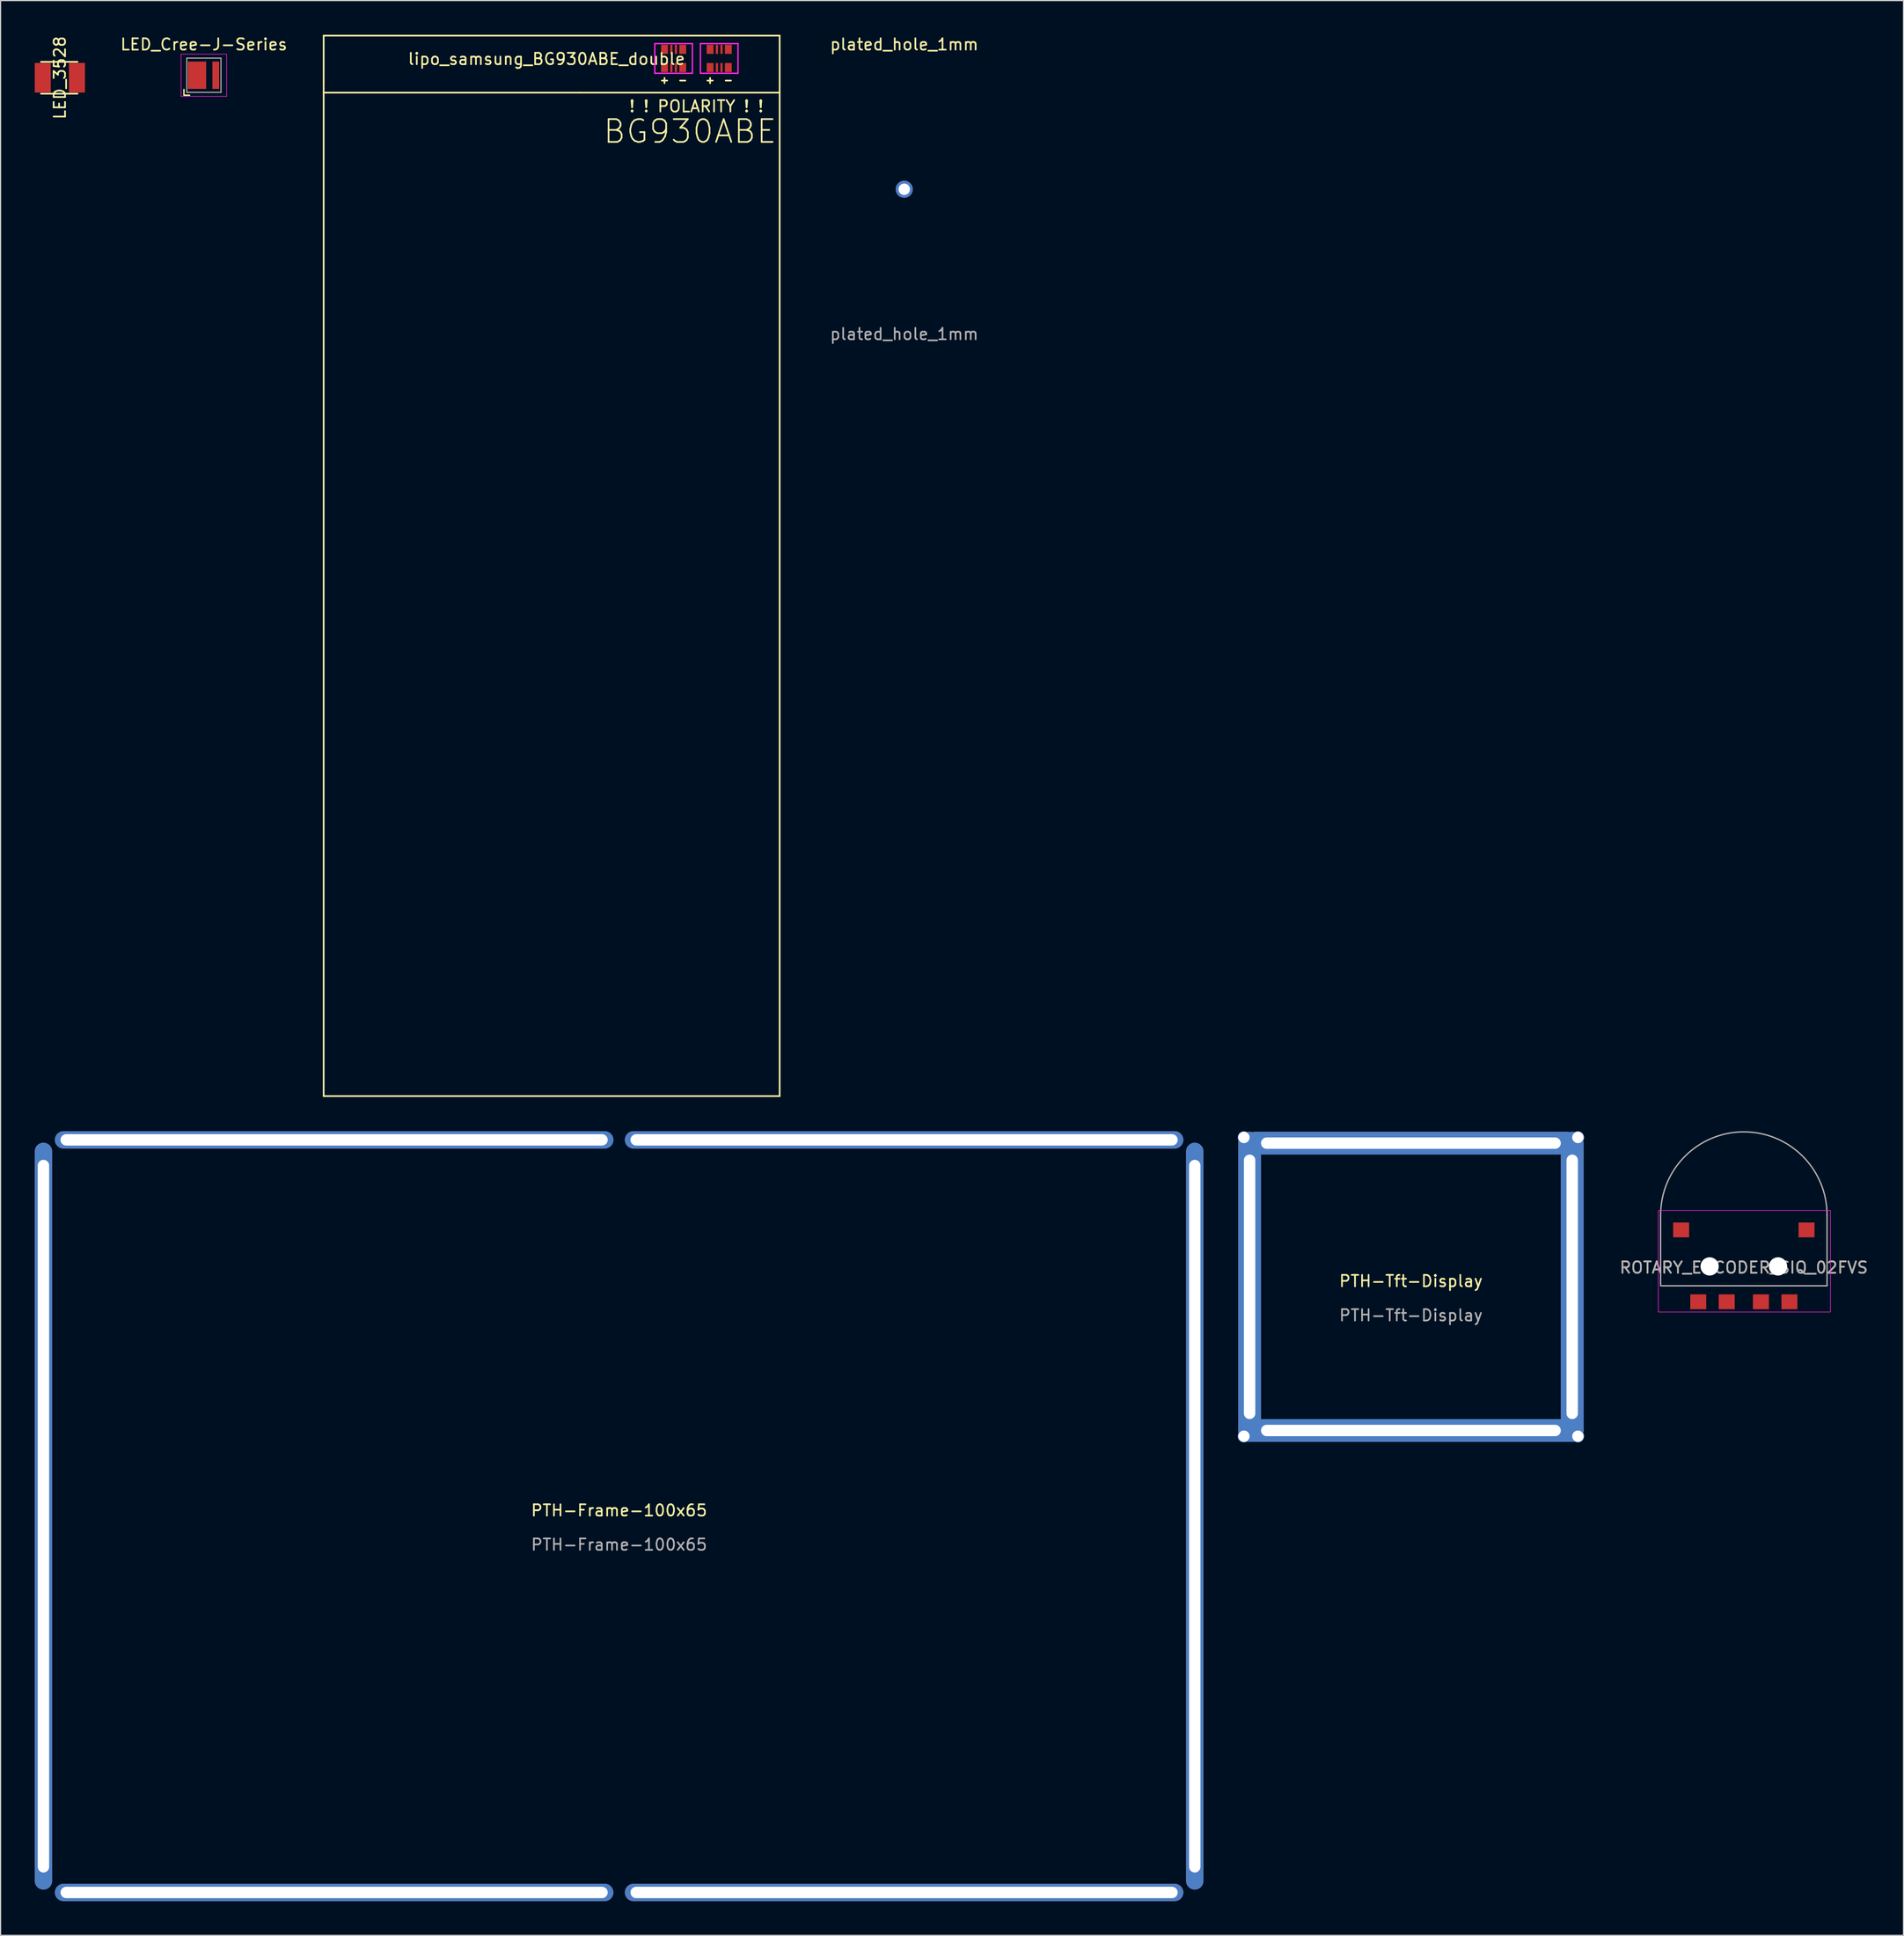
<source format=kicad_pcb>
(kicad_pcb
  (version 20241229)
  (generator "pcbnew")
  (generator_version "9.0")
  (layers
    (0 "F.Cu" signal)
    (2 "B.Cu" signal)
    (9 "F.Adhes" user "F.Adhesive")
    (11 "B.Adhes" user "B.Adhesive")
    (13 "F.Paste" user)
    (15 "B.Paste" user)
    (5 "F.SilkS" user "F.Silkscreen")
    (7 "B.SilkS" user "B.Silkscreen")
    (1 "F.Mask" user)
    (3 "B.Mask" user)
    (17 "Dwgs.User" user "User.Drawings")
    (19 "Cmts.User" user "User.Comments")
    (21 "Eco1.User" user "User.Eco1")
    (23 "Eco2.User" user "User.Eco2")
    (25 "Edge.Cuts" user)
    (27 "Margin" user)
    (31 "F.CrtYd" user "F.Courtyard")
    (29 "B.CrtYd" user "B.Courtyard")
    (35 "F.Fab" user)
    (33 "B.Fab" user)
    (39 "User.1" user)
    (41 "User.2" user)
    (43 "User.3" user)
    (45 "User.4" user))
  (footprint "lipo_samsung_BG930ABE_double"
    (layer "F.Cu")
    (at 52.844 2.075)
    (property "Reference" "lipo_samsung_BG930ABE_double" (at -7.95 0.05 0) (layer "F.SilkS") (effects (font (size 1 1) (thickness 0.15))))
    (fp_line (start -27.5 -2) (end -27.5 2) (stroke (width 0.15) (type solid)) (layer "F.SilkS"))
    (fp_line (start -27.5 2) (end -27.5 3) (stroke (width 0.15) (type solid)) (layer "F.SilkS"))
    (fp_line (start -27.5 91) (end -27.5 3) (stroke (width 0.15) (type solid)) (layer "F.SilkS"))
    (fp_line (start -5 3) (end -27.5 3) (stroke (width 0.15) (type solid)) (layer "F.SilkS"))
    (fp_line (start 12.5 -2) (end -27.5 -2) (stroke (width 0.15) (type solid)) (layer "F.SilkS"))
    (fp_line (start 12.5 -2) (end 12.5 91) (stroke (width 0.15) (type solid)) (layer "F.SilkS"))
    (fp_line (start 12.5 3) (end -5 3) (stroke (width 0.15) (type solid)) (layer "F.SilkS"))
    (fp_line (start 12.5 91) (end -27.5 91) (stroke (width 0.15) (type solid)) (layer "F.SilkS"))
    (fp_line (start 1.55 -1.3) (end 4.85 -1.3) (stroke (width 0.12) (type solid)) (layer "F.CrtYd"))
    (fp_line (start 1.55 1.3) (end 1.55 -1.3) (stroke (width 0.12) (type solid)) (layer "F.CrtYd"))
    (fp_line (start 4.85 -1.3) (end 4.85 1.3) (stroke (width 0.12) (type solid)) (layer "F.CrtYd"))
    (fp_line (start 4.85 1.3) (end 1.55 1.3) (stroke (width 0.12) (type solid)) (layer "F.CrtYd"))
    (fp_line (start 5.55 -1.3) (end 8.85 -1.3) (stroke (width 0.12) (type solid)) (layer "F.CrtYd"))
    (fp_line (start 5.55 1.3) (end 5.55 -1.3) (stroke (width 0.12) (type solid)) (layer "F.CrtYd"))
    (fp_line (start 8.85 -1.3) (end 8.85 1.3) (stroke (width 0.12) (type solid)) (layer "F.CrtYd"))
    (fp_line (start 8.85 1.3) (end 5.55 1.3) (stroke (width 0.12) (type solid)) (layer "F.CrtYd"))
    (fp_text user "+" (at 6.4 1.9 0) (layer "F.SilkS") (effects (font (size 0.6 0.6) (thickness 0.15))))
    (fp_text user "BG930ABE " (at 5.4 6.4 0) (layer "F.SilkS") (effects (font (size 2 2) (thickness 0.15))))
    (fp_text user "-" (at 4 1.9 0) (layer "F.SilkS") (effects (font (size 0.6 0.6) (thickness 0.15))))
    (fp_text user "-" (at 8 1.9 180) (layer "F.SilkS") (effects (font (size 0.6 0.6) (thickness 0.15))))
    (fp_text user "! ! POLARITY ! !" (at 5.2 4.2 0) (layer "F.SilkS") (effects (font (size 1 1) (thickness 0.15))))
    (fp_text user "+" (at 2.4 1.9 0) (layer "F.SilkS") (effects (font (size 0.6 0.6) (thickness 0.15))))
    (pad "1" smd rect (at 3 -0.8 180) (size 0.2 0.8) (layers "F.Cu" "F.Mask" "F.Paste"))
    (pad "1" smd rect (at 7 -0.8 180) (size 0.2 0.8) (layers "F.Cu" "F.Mask" "F.Paste"))
    (pad "2" smd rect (at 3.4 -0.8 180) (size 0.2 0.8) (layers "F.Cu" "F.Mask" "F.Paste"))
    (pad "2" smd rect (at 7.4 -0.8 180) (size 0.2 0.8) (layers "F.Cu" "F.Mask" "F.Paste"))
    (pad "3" smd rect (at 3.4 0.8 180) (size 0.2 0.8) (layers "F.Cu" "F.Mask" "F.Paste"))
    (pad "3" smd rect (at 7.4 0.8 180) (size 0.2 0.8) (layers "F.Cu" "F.Mask" "F.Paste"))
    (pad "4" smd rect (at 3 0.8 180) (size 0.2 0.8) (layers "F.Cu" "F.Mask" "F.Paste"))
    (pad "4" smd rect (at 7 0.8 180) (size 0.2 0.8) (layers "F.Cu" "F.Mask" "F.Paste"))
    (pad "5" smd rect (at 4 0.8 180) (size 0.6 0.8) (layers "F.Cu" "F.Mask" "F.Paste"))
    (pad "5" smd rect (at 8 0.8 180) (size 0.6 0.8) (layers "F.Cu" "F.Mask" "F.Paste"))
    (pad "6" smd rect (at 4 -0.8 180) (size 0.6 0.8) (layers "F.Cu" "F.Mask" "F.Paste"))
    (pad "6" smd rect (at 8 -0.8 180) (size 0.6 0.8) (layers "F.Cu" "F.Mask" "F.Paste"))
    (pad "7" smd rect (at 2.4 -0.8 180) (size 0.6 0.8) (layers "F.Cu" "F.Mask" "F.Paste"))
    (pad "7" smd rect (at 6.4 -0.8 180) (size 0.6 0.8) (layers "F.Cu" "F.Mask" "F.Paste"))
    (pad "8" smd rect (at 2.4 0.8 180) (size 0.6 0.8) (layers "F.Cu" "F.Mask" "F.Paste"))
    (pad "8" smd rect (at 6.4 0.8 180) (size 0.6 0.8) (layers "F.Cu" "F.Mask" "F.Paste")))
  (footprint "ROTARY_ENCODER_SIQ_02FVS"
    (layer "F.Cu")
    (at 149.93 108.01)
    (property "Reference" "ROTARY_ENCODER_SIQ_02FVS" (at 0 0.1 0) (unlocked yes) (layer "F.SilkS") (effects (font (size 1 1) (thickness 0.15))))
    (fp_rect (start -7.5 4) (end 7.6 -4.9) (stroke (width 0.05) (type solid)) (fill no) (layer "F.CrtYd"))
    (fp_line (start -7.3 -4.5) (end -7.3 1.6) (stroke (width 0.12) (type solid)) (layer "F.Fab"))
    (fp_line (start -7.3 1.7) (end 7.3 1.7) (stroke (width 0.12) (type solid)) (layer "F.Fab"))
    (fp_line (start 7.3 1.7) (end 7.3 -4.5) (stroke (width 0.12) (type solid)) (layer "F.Fab"))
    (fp_arc (start -7.3 -4.5) (mid 0 -11.8) (end 7.3 -4.5) (stroke (width 0.12) (type solid)) (layer "F.Fab"))
    (fp_text user "${REFERENCE}" (at 0 0.1 0) (unlocked yes) (layer "F.Fab") (effects (font (size 1 1) (thickness 0.15))))
    (pad "" smd rect (at -5.5 -3.2) (size 1.4 1.3) (layers "F.Cu" "F.Mask" "F.Paste"))
    (pad "" np_thru_hole circle (at -3 0) (size 1.6 1.6) (drill 1.6) (layers "*.Cu" "*.Mask"))
    (pad "" np_thru_hole circle (at 3 0) (size 1.6 1.6) (drill 1.6) (layers "*.Cu" "*.Mask"))
    (pad "" smd rect (at 5.5 -3.2) (size 1.4 1.3) (layers "F.Cu" "F.Mask" "F.Paste"))
    (pad "1" smd rect (at -4 3.1) (size 1.4 1.3) (layers "F.Cu" "F.Mask" "F.Paste"))
    (pad "2" smd rect (at -1.5 3.1) (size 1.4 1.3) (layers "F.Cu" "F.Mask" "F.Paste"))
    (pad "3" smd rect (at 1.5 3.1) (size 1.4 1.3) (layers "F.Cu" "F.Mask" "F.Paste"))
    (pad "4" smd rect (at 4 3.1) (size 1.4 1.3) (layers "F.Cu" "F.Mask" "F.Paste")))
  (footprint "PTH-Tft-Display"
    (layer "F.Cu")
    (at 120.724 109.8)
    (property "Reference" "PTH-Tft-Display" (at 0 -0.5 0) (unlocked yes) (layer "F.SilkS") (effects (font (size 1 1) (thickness 0.15))))
    (fp_text user "${REFERENCE}" (at 0 2.5 0) (unlocked yes) (layer "F.Fab") (effects (font (size 1 1) (thickness 0.15))))
    (pad "1" thru_hole circle (at -14.65 -13.1) (size 1.1 1.1) (drill 1) (layers "*.Cu" "*.Mask"))
    (pad "1" thru_hole circle (at -14.65 13.1) (size 1.1 1.1) (drill 1) (layers "*.Cu" "*.Mask"))
    (pad "1" thru_hole oval (at -14.15 0 90) (size 27.2 2) (drill oval 23.2 1) (layers "*.Cu" "*.Mask"))
    (pad "1" thru_hole oval (at 0 -12.6 180) (size 29.3 2) (drill oval 26.3 1) (layers "*.Cu" "*.Mask"))
    (pad "1" thru_hole oval (at 0 12.6) (size 30.3 2) (drill oval 26.3 1) (layers "*.Cu" "*.Mask"))
    (pad "1" thru_hole oval (at 14.15 0 270) (size 27.2 2) (drill oval 23.2 1) (layers "*.Cu" "*.Mask"))
    (pad "1" thru_hole circle (at 14.65 -13.1) (size 1.1 1.1) (drill 1) (layers "*.Cu" "*.Mask"))
    (pad "1" thru_hole circle (at 14.65 13.1) (size 1.1 1.1) (drill 1) (layers "*.Cu" "*.Mask")))
  (footprint "LED_3528"
    (layer "F.Cu")
    (at 2.2 3.768)
    (property "Reference" "LED_3528" (at 0 0 90) (layer "F.SilkS") (effects (font (size 1 1) (thickness 0.15))))
    (attr through_hole)
    (fp_line (start -1.651 -1.397) (end 1.549 -1.397) (stroke (width 0.15) (type solid)) (layer "F.SilkS"))
    (fp_line (start -1.651 1.397) (end 1.549 1.397) (stroke (width 0.15) (type solid)) (layer "F.SilkS"))
    (pad "1" smd rect (at 1.5 0) (size 1.4 2.6) (layers "F.Cu" "F.Mask" "F.Paste"))
    (pad "2" smd rect (at -1.5 0) (size 1.4 2.6) (layers "F.Cu" "F.Mask" "F.Paste")))
  (footprint "PTH-Frame-100x65"
    (layer "F.Cu")
    (at 51.262 129.912)
    (property "Reference" "PTH-Frame-100x65" (at 0 -0.5 0) (unlocked yes) (layer "F.SilkS") (effects (font (size 1 1) (thickness 0.15))))
    (fp_text user "${REFERENCE}" (at 0 2.5 0) (unlocked yes) (layer "F.Fab") (effects (font (size 1 1) (thickness 0.15))))
    (pad "1" thru_hole oval (at -50.5 0 90) (size 65.5 1.524) (drill oval 62.5 1) (layers "*.Cu" "*.Mask"))
    (pad "1" thru_hole oval (at -25 -33) (size 49 1.524) (drill oval 48 1) (layers "*.Cu" "*.Mask"))
    (pad "1" thru_hole oval (at -25 33 180) (size 49 1.524) (drill oval 48 1) (layers "*.Cu" "*.Mask"))
    (pad "1" thru_hole oval (at 25 -33) (size 49 1.524) (drill oval 48 1) (layers "*.Cu" "*.Mask"))
    (pad "1" thru_hole oval (at 25 33 180) (size 49 1.524) (drill oval 48 1) (layers "*.Cu" "*.Mask"))
    (pad "1" thru_hole oval (at 50.5 0 270) (size 65.5 1.524) (drill oval 62.5 1) (layers "*.Cu" "*.Mask")))
  (footprint "LED_Cree-J-Series"
    (layer "F.Cu")
    (at 14.835 3.548)
    (property "Reference" "LED_Cree-J-Series" (at 0 -2.7 0) (layer "F.SilkS") (effects (font (size 1 1) (thickness 0.15))))
    (attr smd)
    (fp_line (start -1.75 1.25) (end -1.75 1.75) (stroke (width 0.12) (type solid)) (layer "F.SilkS"))
    (fp_line (start -1.75 1.75) (end -1.25 1.75) (stroke (width 0.12) (type solid)) (layer "F.SilkS"))
    (fp_line (start -2 -1.85) (end -2 1.85) (stroke (width 0.05) (type solid)) (layer "F.CrtYd"))
    (fp_line (start -2 1.85) (end 2 1.85) (stroke (width 0.05) (type solid)) (layer "F.CrtYd"))
    (fp_line (start 2 -1.85) (end -2 -1.85) (stroke (width 0.05) (type solid)) (layer "F.CrtYd"))
    (fp_line (start 2 1.85) (end 2 -1.85) (stroke (width 0.05) (type solid)) (layer "F.CrtYd"))
    (fp_line (start -1.5 -1.5) (end 1.5 -1.5) (stroke (width 0.1) (type solid)) (layer "F.Fab"))
    (fp_line (start -1.5 1.5) (end -1.5 -1.5) (stroke (width 0.1) (type solid)) (layer "F.Fab"))
    (fp_line (start 1.5 -1.5) (end 1.5 1.5) (stroke (width 0.1) (type solid)) (layer "F.Fab"))
    (fp_line (start 1.5 1.5) (end -1.5 1.5) (stroke (width 0.1) (type solid)) (layer "F.Fab"))
    (pad "1" smd rect (at -0.6 0) (size 1.6 2.4) (layers "F.Cu" "F.Mask"))
    (pad "2" smd rect (at 1.05 0) (size 0.6 2.4) (layers "F.Cu" "F.Mask")))
  (footprint "plated_hole_1mm"
    (layer "F.Cu")
    (at 76.275 13.548)
    (property "Reference" "plated_hole_1mm" (at 0 -12.7 0) (unlocked yes) (layer "F.SilkS") (effects (font (size 1 1) (thickness 0.15))))
    (fp_text user "${REFERENCE}" (at 0 12.7 0) (unlocked yes) (layer "F.Fab") (effects (font (size 1 1) (thickness 0.15))))
    (pad "1" thru_hole circle (at 0 0) (size 1.5 1.5) (drill 1) (layers "*.Cu" "*.Mask")))
  (gr_rect
    (start -3 -3)
    (end 163.936 166.674)
    (stroke (width 0.1) (type default))
    (fill no)
    (layer "Edge.Cuts")))
</source>
